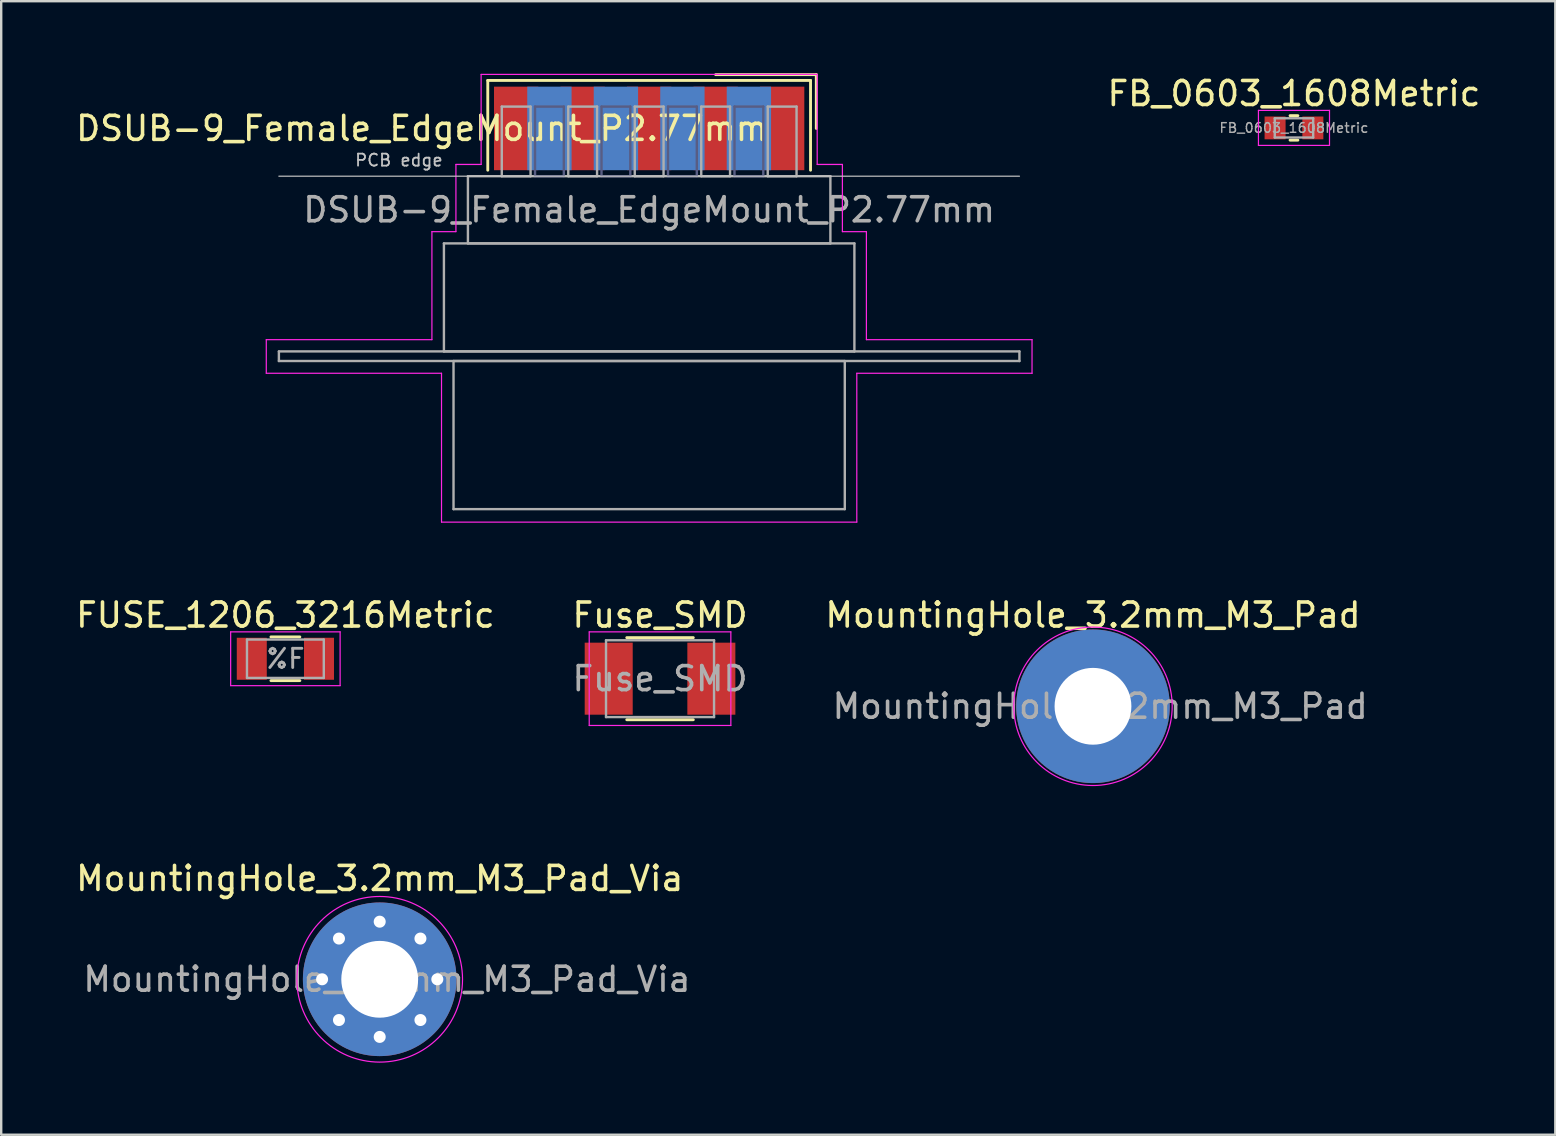
<source format=kicad_pcb>
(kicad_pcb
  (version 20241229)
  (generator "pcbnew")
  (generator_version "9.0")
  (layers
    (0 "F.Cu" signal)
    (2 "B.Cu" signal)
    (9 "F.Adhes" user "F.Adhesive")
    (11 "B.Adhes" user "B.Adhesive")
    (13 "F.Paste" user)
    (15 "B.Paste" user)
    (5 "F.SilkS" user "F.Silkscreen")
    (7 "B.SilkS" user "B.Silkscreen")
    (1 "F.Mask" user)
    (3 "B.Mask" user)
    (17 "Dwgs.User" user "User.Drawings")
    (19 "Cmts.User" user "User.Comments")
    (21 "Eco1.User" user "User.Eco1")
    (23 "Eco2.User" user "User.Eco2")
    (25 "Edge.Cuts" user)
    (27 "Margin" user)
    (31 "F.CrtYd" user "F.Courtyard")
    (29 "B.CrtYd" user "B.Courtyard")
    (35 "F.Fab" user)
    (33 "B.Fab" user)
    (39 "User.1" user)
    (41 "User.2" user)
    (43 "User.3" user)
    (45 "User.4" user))
  (footprint "MountingHole_3.2mm_M3_Pad_Via"
    (layer "F.Cu")
    (at 12.768 37.746)
    (property "Reference" "MountingHole_3.2mm_M3_Pad_Via" (at 0 -4.2 0) (layer "F.SilkS") (effects (font (size 1 1) (thickness 0.15))))
    (attr exclude_from_pos_files exclude_from_bom)
    (fp_circle (center 0 0) (end 3.45 0) (stroke (width 0.05) (type solid)) (fill no) (layer "F.CrtYd"))
    (fp_text user "${REFERENCE}" (at 0.3 0 0) (layer "F.Fab") (effects (font (size 1 1) (thickness 0.15))))
    (pad "1" thru_hole circle (at -2.4 0) (size 0.8 0.8) (drill 0.5) (layers "*.Cu" "*.Mask"))
    (pad "1" thru_hole circle (at -1.697 -1.697) (size 0.8 0.8) (drill 0.5) (layers "*.Cu" "*.Mask"))
    (pad "1" thru_hole circle (at -1.697 1.697) (size 0.8 0.8) (drill 0.5) (layers "*.Cu" "*.Mask"))
    (pad "1" thru_hole circle (at 0 -2.4) (size 0.8 0.8) (drill 0.5) (layers "*.Cu" "*.Mask"))
    (pad "1" thru_hole circle (at 0 0) (size 6.4 6.4) (drill 3.2) (layers "*.Cu" "*.Mask"))
    (pad "1" thru_hole circle (at 0 2.4) (size 0.8 0.8) (drill 0.5) (layers "*.Cu" "*.Mask"))
    (pad "1" thru_hole circle (at 1.697 -1.697) (size 0.8 0.8) (drill 0.5) (layers "*.Cu" "*.Mask"))
    (pad "1" thru_hole circle (at 1.697 1.697) (size 0.8 0.8) (drill 0.5) (layers "*.Cu" "*.Mask"))
    (pad "1" thru_hole circle (at 2.4 0) (size 0.8 0.8) (drill 0.5) (layers "*.Cu" "*.Mask")))
  (footprint "FB_0603_1608Metric"
    (layer "F.Cu")
    (at 50.855 2.278)
    (property "Reference" "FB_0603_1608Metric" (at 0 -1.43 0) (layer "F.SilkS") (effects (font (size 1 1) (thickness 0.15))))
    (attr smd)
    (fp_line (start -0.163 -0.51) (end 0.163 -0.51) (stroke (width 0.12) (type solid)) (layer "F.SilkS"))
    (fp_line (start -0.163 0.51) (end 0.163 0.51) (stroke (width 0.12) (type solid)) (layer "F.SilkS"))
    (fp_line (start -1.48 -0.73) (end 1.48 -0.73) (stroke (width 0.05) (type solid)) (layer "F.CrtYd"))
    (fp_line (start -1.48 0.73) (end -1.48 -0.73) (stroke (width 0.05) (type solid)) (layer "F.CrtYd"))
    (fp_line (start 1.48 -0.73) (end 1.48 0.73) (stroke (width 0.05) (type solid)) (layer "F.CrtYd"))
    (fp_line (start 1.48 0.73) (end -1.48 0.73) (stroke (width 0.05) (type solid)) (layer "F.CrtYd"))
    (fp_line (start -0.8 -0.4) (end 0.8 -0.4) (stroke (width 0.1) (type solid)) (layer "F.Fab"))
    (fp_line (start -0.8 0.4) (end -0.8 -0.4) (stroke (width 0.1) (type solid)) (layer "F.Fab"))
    (fp_line (start 0.8 -0.4) (end 0.8 0.4) (stroke (width 0.1) (type solid)) (layer "F.Fab"))
    (fp_line (start 0.8 0.4) (end -0.8 0.4) (stroke (width 0.1) (type solid)) (layer "F.Fab"))
    (fp_text user "${REFERENCE}" (at 0 0 0) (layer "F.Fab") (effects (font (size 0.4 0.4) (thickness 0.06))))
    (pad "1" smd trapezoid (at -0.787 0) (size 0.875 0.95) (layers "F.Cu" "F.Mask" "F.Paste"))
    (pad "2" smd trapezoid (at 0.787 0) (size 0.875 0.95) (layers "F.Cu" "F.Mask" "F.Paste")))
  (footprint "DSUB-9_Female_EdgeMount_P2.77mm"
    (layer "F.Cu")
    (at 23.993 2.3)
    (property "Reference" "DSUB-9_Female_EdgeMount_P2.77mm" (at -9.463 0 0) (layer "F.SilkS") (effects (font (size 1 1) (thickness 0.15))))
    (attr smd)
    (fp_line (start -6.723 -2) (end -6.723 1.74) (stroke (width 0.12) (type solid)) (layer "F.SilkS"))
    (fp_line (start 6.723 -2) (end -6.723 -2) (stroke (width 0.12) (type solid)) (layer "F.SilkS"))
    (fp_line (start 6.723 1.74) (end 6.723 -2) (stroke (width 0.12) (type solid)) (layer "F.SilkS"))
    (fp_line (start 6.963 -2.24) (end 2.77 -2.24) (stroke (width 0.12) (type solid)) (layer "F.SilkS"))
    (fp_line (start 6.963 0) (end 6.963 -2.24) (stroke (width 0.12) (type solid)) (layer "F.SilkS"))
    (fp_line (start -15.425 1.99) (end 15.425 1.99) (stroke (width 0.05) (type solid)) (layer "Dwgs.User"))
    (fp_line (start -15.95 8.8) (end -9.05 8.8) (stroke (width 0.05) (type solid)) (layer "F.CrtYd"))
    (fp_line (start -15.95 10.2) (end -15.95 8.8) (stroke (width 0.05) (type solid)) (layer "F.CrtYd"))
    (fp_line (start -9.05 4.3) (end -8.05 4.3) (stroke (width 0.05) (type solid)) (layer "F.CrtYd"))
    (fp_line (start -9.05 8.8) (end -9.05 4.3) (stroke (width 0.05) (type solid)) (layer "F.CrtYd"))
    (fp_line (start -8.65 10.2) (end -15.95 10.2) (stroke (width 0.05) (type solid)) (layer "F.CrtYd"))
    (fp_line (start -8.65 16.4) (end -8.65 10.2) (stroke (width 0.05) (type solid)) (layer "F.CrtYd"))
    (fp_line (start -8.05 1.5) (end -7 1.5) (stroke (width 0.05) (type solid)) (layer "F.CrtYd"))
    (fp_line (start -8.05 4.3) (end -8.05 1.5) (stroke (width 0.05) (type solid)) (layer "F.CrtYd"))
    (fp_line (start -7 -2.25) (end 7 -2.25) (stroke (width 0.05) (type solid)) (layer "F.CrtYd"))
    (fp_line (start -7 1.5) (end -7 -2.25) (stroke (width 0.05) (type solid)) (layer "F.CrtYd"))
    (fp_line (start 7 -2.25) (end 7 1.5) (stroke (width 0.05) (type solid)) (layer "F.CrtYd"))
    (fp_line (start 7 1.5) (end 8.05 1.5) (stroke (width 0.05) (type solid)) (layer "F.CrtYd"))
    (fp_line (start 8.05 1.5) (end 8.05 4.3) (stroke (width 0.05) (type solid)) (layer "F.CrtYd"))
    (fp_line (start 8.05 4.3) (end 9.05 4.3) (stroke (width 0.05) (type solid)) (layer "F.CrtYd"))
    (fp_line (start 8.65 10.2) (end 8.65 16.4) (stroke (width 0.05) (type solid)) (layer "F.CrtYd"))
    (fp_line (start 8.65 16.4) (end -8.65 16.4) (stroke (width 0.05) (type solid)) (layer "F.CrtYd"))
    (fp_line (start 9.05 4.3) (end 9.05 8.8) (stroke (width 0.05) (type solid)) (layer "F.CrtYd"))
    (fp_line (start 9.05 8.8) (end 15.95 8.8) (stroke (width 0.05) (type solid)) (layer "F.CrtYd"))
    (fp_line (start 15.95 8.8) (end 15.95 10.2) (stroke (width 0.05) (type solid)) (layer "F.CrtYd"))
    (fp_line (start 15.95 10.2) (end 8.65 10.2) (stroke (width 0.05) (type solid)) (layer "F.CrtYd"))
    (fp_line (start -4.755 -0.91) (end -4.755 1.99) (stroke (width 0.1) (type solid)) (layer "B.Fab"))
    (fp_line (start -4.755 1.99) (end -3.555 1.99) (stroke (width 0.1) (type solid)) (layer "B.Fab"))
    (fp_line (start -3.555 -0.91) (end -4.755 -0.91) (stroke (width 0.1) (type solid)) (layer "B.Fab"))
    (fp_line (start -3.555 1.99) (end -3.555 -0.91) (stroke (width 0.1) (type solid)) (layer "B.Fab"))
    (fp_line (start -1.985 -0.91) (end -1.985 1.99) (stroke (width 0.1) (type solid)) (layer "B.Fab"))
    (fp_line (start -1.985 1.99) (end -0.785 1.99) (stroke (width 0.1) (type solid)) (layer "B.Fab"))
    (fp_line (start -0.785 -0.91) (end -1.985 -0.91) (stroke (width 0.1) (type solid)) (layer "B.Fab"))
    (fp_line (start -0.785 1.99) (end -0.785 -0.91) (stroke (width 0.1) (type solid)) (layer "B.Fab"))
    (fp_line (start 0.785 -0.91) (end 0.785 1.99) (stroke (width 0.1) (type solid)) (layer "B.Fab"))
    (fp_line (start 0.785 1.99) (end 1.985 1.99) (stroke (width 0.1) (type solid)) (layer "B.Fab"))
    (fp_line (start 1.985 -0.91) (end 0.785 -0.91) (stroke (width 0.1) (type solid)) (layer "B.Fab"))
    (fp_line (start 1.985 1.99) (end 1.985 -0.91) (stroke (width 0.1) (type solid)) (layer "B.Fab"))
    (fp_line (start 3.555 -0.91) (end 3.555 1.99) (stroke (width 0.1) (type solid)) (layer "B.Fab"))
    (fp_line (start 3.555 1.99) (end 4.755 1.99) (stroke (width 0.1) (type solid)) (layer "B.Fab"))
    (fp_line (start 4.755 -0.91) (end 3.555 -0.91) (stroke (width 0.1) (type solid)) (layer "B.Fab"))
    (fp_line (start 4.755 1.99) (end 4.755 -0.91) (stroke (width 0.1) (type solid)) (layer "B.Fab"))
    (fp_line (start -15.425 9.29) (end -15.425 9.69) (stroke (width 0.1) (type solid)) (layer "F.Fab"))
    (fp_line (start -15.425 9.69) (end 15.425 9.69) (stroke (width 0.1) (type solid)) (layer "F.Fab"))
    (fp_line (start -8.55 4.79) (end -8.55 9.29) (stroke (width 0.1) (type solid)) (layer "F.Fab"))
    (fp_line (start -8.55 9.29) (end 8.55 9.29) (stroke (width 0.1) (type solid)) (layer "F.Fab"))
    (fp_line (start -8.15 9.69) (end -8.15 15.86) (stroke (width 0.1) (type solid)) (layer "F.Fab"))
    (fp_line (start -8.15 15.86) (end 8.15 15.86) (stroke (width 0.1) (type solid)) (layer "F.Fab"))
    (fp_line (start -7.55 1.99) (end -7.55 4.79) (stroke (width 0.1) (type solid)) (layer "F.Fab"))
    (fp_line (start -7.55 4.79) (end 7.55 4.79) (stroke (width 0.1) (type solid)) (layer "F.Fab"))
    (fp_line (start -6.14 -0.91) (end -6.14 1.99) (stroke (width 0.1) (type solid)) (layer "F.Fab"))
    (fp_line (start -6.14 1.99) (end -4.94 1.99) (stroke (width 0.1) (type solid)) (layer "F.Fab"))
    (fp_line (start -4.94 -0.91) (end -6.14 -0.91) (stroke (width 0.1) (type solid)) (layer "F.Fab"))
    (fp_line (start -4.94 1.99) (end -4.94 -0.91) (stroke (width 0.1) (type solid)) (layer "F.Fab"))
    (fp_line (start -3.37 -0.91) (end -3.37 1.99) (stroke (width 0.1) (type solid)) (layer "F.Fab"))
    (fp_line (start -3.37 1.99) (end -2.17 1.99) (stroke (width 0.1) (type solid)) (layer "F.Fab"))
    (fp_line (start -2.17 -0.91) (end -3.37 -0.91) (stroke (width 0.1) (type solid)) (layer "F.Fab"))
    (fp_line (start -2.17 1.99) (end -2.17 -0.91) (stroke (width 0.1) (type solid)) (layer "F.Fab"))
    (fp_line (start -0.6 -0.91) (end -0.6 1.99) (stroke (width 0.1) (type solid)) (layer "F.Fab"))
    (fp_line (start -0.6 1.99) (end 0.6 1.99) (stroke (width 0.1) (type solid)) (layer "F.Fab"))
    (fp_line (start 0.6 -0.91) (end -0.6 -0.91) (stroke (width 0.1) (type solid)) (layer "F.Fab"))
    (fp_line (start 0.6 1.99) (end 0.6 -0.91) (stroke (width 0.1) (type solid)) (layer "F.Fab"))
    (fp_line (start 2.17 -0.91) (end 2.17 1.99) (stroke (width 0.1) (type solid)) (layer "F.Fab"))
    (fp_line (start 2.17 1.99) (end 3.37 1.99) (stroke (width 0.1) (type solid)) (layer "F.Fab"))
    (fp_line (start 3.37 -0.91) (end 2.17 -0.91) (stroke (width 0.1) (type solid)) (layer "F.Fab"))
    (fp_line (start 3.37 1.99) (end 3.37 -0.91) (stroke (width 0.1) (type solid)) (layer "F.Fab"))
    (fp_line (start 4.94 -0.91) (end 4.94 1.99) (stroke (width 0.1) (type solid)) (layer "F.Fab"))
    (fp_line (start 4.94 1.99) (end 6.14 1.99) (stroke (width 0.1) (type solid)) (layer "F.Fab"))
    (fp_line (start 6.14 -0.91) (end 4.94 -0.91) (stroke (width 0.1) (type solid)) (layer "F.Fab"))
    (fp_line (start 6.14 1.99) (end 6.14 -0.91) (stroke (width 0.1) (type solid)) (layer "F.Fab"))
    (fp_line (start 7.55 1.99) (end -7.55 1.99) (stroke (width 0.1) (type solid)) (layer "F.Fab"))
    (fp_line (start 7.55 4.79) (end 7.55 1.99) (stroke (width 0.1) (type solid)) (layer "F.Fab"))
    (fp_line (start 8.15 9.69) (end -8.15 9.69) (stroke (width 0.1) (type solid)) (layer "F.Fab"))
    (fp_line (start 8.15 15.86) (end 8.15 9.69) (stroke (width 0.1) (type solid)) (layer "F.Fab"))
    (fp_line (start 8.55 4.79) (end -8.55 4.79) (stroke (width 0.1) (type solid)) (layer "F.Fab"))
    (fp_line (start 8.55 9.29) (end 8.55 4.79) (stroke (width 0.1) (type solid)) (layer "F.Fab"))
    (fp_line (start 15.425 9.29) (end -15.425 9.29) (stroke (width 0.1) (type solid)) (layer "F.Fab"))
    (fp_line (start 15.425 9.69) (end 15.425 9.29) (stroke (width 0.1) (type solid)) (layer "F.Fab"))
    (fp_text user "PCB edge" (at -10.425 1.323 0) (layer "Dwgs.User") (effects (font (size 0.5 0.5) (thickness 0.075))))
    (fp_text user "${REFERENCE}" (at 0 3.39 0) (layer "F.Fab") (effects (font (size 1 1) (thickness 0.15))))
    (pad "1" smd rect (at 5.54 0) (size 1.847 3.48) (layers "F.Cu" "F.Mask" "F.Paste"))
    (pad "2" smd rect (at 2.77 0) (size 1.847 3.48) (layers "F.Cu" "F.Mask" "F.Paste"))
    (pad "3" smd rect (at 0 0) (size 1.847 3.48) (layers "F.Cu" "F.Mask" "F.Paste"))
    (pad "4" smd rect (at -2.77 0) (size 1.847 3.48) (layers "F.Cu" "F.Mask" "F.Paste"))
    (pad "5" smd rect (at -5.54 0) (size 1.847 3.48) (layers "F.Cu" "F.Mask" "F.Paste"))
    (pad "6" smd rect (at 4.155 0) (size 1.847 3.48) (layers "B.Cu" "B.Mask" "B.Paste"))
    (pad "7" smd rect (at 1.385 0) (size 1.847 3.48) (layers "B.Cu" "B.Mask" "B.Paste"))
    (pad "8" smd rect (at -1.385 0) (size 1.847 3.48) (layers "B.Cu" "B.Mask" "B.Paste"))
    (pad "9" smd rect (at -4.155 0) (size 1.847 3.48) (layers "B.Cu" "B.Mask" "B.Paste")))
  (footprint "MountingHole_3.2mm_M3_Pad"
    (layer "F.Cu")
    (at 42.482 26.373)
    (property "Reference" "MountingHole_3.2mm_M3_Pad" (at 0 -3.8 0) (layer "F.SilkS") (effects (font (size 1 1) (thickness 0.15))))
    (attr exclude_from_pos_files exclude_from_bom)
    (fp_circle (center 0 0) (end 3.3 0) (stroke (width 0.05) (type solid)) (fill no) (layer "F.CrtYd"))
    (fp_text user "${REFERENCE}" (at 0.3 0 0) (layer "F.Fab") (effects (font (size 1 1) (thickness 0.15))))
    (pad "1" thru_hole circle (at 0 0) (size 6.4 6.4) (drill 3.2) (layers "*.Cu" "*.Mask")))
  (footprint "Fuse_SMD"
    (layer "F.Cu")
    (at 24.446 25.223)
    (property "Reference" "Fuse_SMD" (at 0 -2.65 0) (layer "F.SilkS") (effects (font (size 1 1) (thickness 0.15))))
    (attr smd)
    (fp_line (start -1.386 -1.71) (end 1.386 -1.71) (stroke (width 0.12) (type solid)) (layer "F.SilkS"))
    (fp_line (start -1.386 1.71) (end 1.386 1.71) (stroke (width 0.12) (type solid)) (layer "F.SilkS"))
    (fp_line (start -2.95 -1.95) (end 2.95 -1.95) (stroke (width 0.05) (type solid)) (layer "F.CrtYd"))
    (fp_line (start -2.95 1.95) (end -2.95 -1.95) (stroke (width 0.05) (type solid)) (layer "F.CrtYd"))
    (fp_line (start 2.95 -1.95) (end 2.95 1.95) (stroke (width 0.05) (type solid)) (layer "F.CrtYd"))
    (fp_line (start 2.95 1.95) (end -2.95 1.95) (stroke (width 0.05) (type solid)) (layer "F.CrtYd"))
    (fp_line (start -2.25 -1.6) (end 2.25 -1.6) (stroke (width 0.1) (type solid)) (layer "F.Fab"))
    (fp_line (start -2.25 1.6) (end -2.25 -1.6) (stroke (width 0.1) (type solid)) (layer "F.Fab"))
    (fp_line (start 2.25 -1.6) (end 2.25 1.6) (stroke (width 0.1) (type solid)) (layer "F.Fab"))
    (fp_line (start 2.25 1.6) (end -2.25 1.6) (stroke (width 0.1) (type solid)) (layer "F.Fab"))
    (fp_text user "${REFERENCE}" (at 0 0 0) (layer "F.Fab") (effects (font (size 1 1) (thickness 0.15))))
    (pad "1" smd rect (at -2.138 0) (size 2 3) (layers "F.Cu" "F.Mask" "F.Paste"))
    (pad "2" smd rect (at 2.138 0) (size 2 3) (layers "F.Cu" "F.Mask" "F.Paste")))
  (footprint "FUSE_1206_3216Metric"
    (layer "F.Cu")
    (at 8.839 24.393)
    (property "Reference" "FUSE_1206_3216Metric" (at 0 -1.82 0) (layer "F.SilkS") (effects (font (size 1 1) (thickness 0.15))))
    (attr smd)
    (fp_line (start -0.602 -0.91) (end 0.602 -0.91) (stroke (width 0.12) (type solid)) (layer "F.SilkS"))
    (fp_line (start -0.602 0.91) (end 0.602 0.91) (stroke (width 0.12) (type solid)) (layer "F.SilkS"))
    (fp_line (start -2.28 -1.12) (end 2.28 -1.12) (stroke (width 0.05) (type solid)) (layer "F.CrtYd"))
    (fp_line (start -2.28 1.12) (end -2.28 -1.12) (stroke (width 0.05) (type solid)) (layer "F.CrtYd"))
    (fp_line (start 2.28 -1.12) (end 2.28 1.12) (stroke (width 0.05) (type solid)) (layer "F.CrtYd"))
    (fp_line (start 2.28 1.12) (end -2.28 1.12) (stroke (width 0.05) (type solid)) (layer "F.CrtYd"))
    (fp_line (start -1.6 -0.8) (end 1.6 -0.8) (stroke (width 0.1) (type solid)) (layer "F.Fab"))
    (fp_line (start -1.6 0.8) (end -1.6 -0.8) (stroke (width 0.1) (type solid)) (layer "F.Fab"))
    (fp_line (start 1.6 -0.8) (end 1.6 0.8) (stroke (width 0.1) (type solid)) (layer "F.Fab"))
    (fp_line (start 1.6 0.8) (end -1.6 0.8) (stroke (width 0.1) (type solid)) (layer "F.Fab"))
    (fp_text user "%F" (at 0 0 0) (layer "F.Fab") (effects (font (size 0.8 0.8) (thickness 0.12))))
    (pad "1" smd trapezoid (at -1.4 0) (size 1.25 1.75) (layers "F.Cu" "F.Mask" "F.Paste"))
    (pad "2" smd trapezoid (at 1.4 0) (size 1.25 1.75) (layers "F.Cu" "F.Mask" "F.Paste")))
  (gr_rect
    (start -3 -3)
    (end 61.742 44.221)
    (stroke (width 0.1) (type default))
    (fill no)
    (layer "Edge.Cuts")))
</source>
